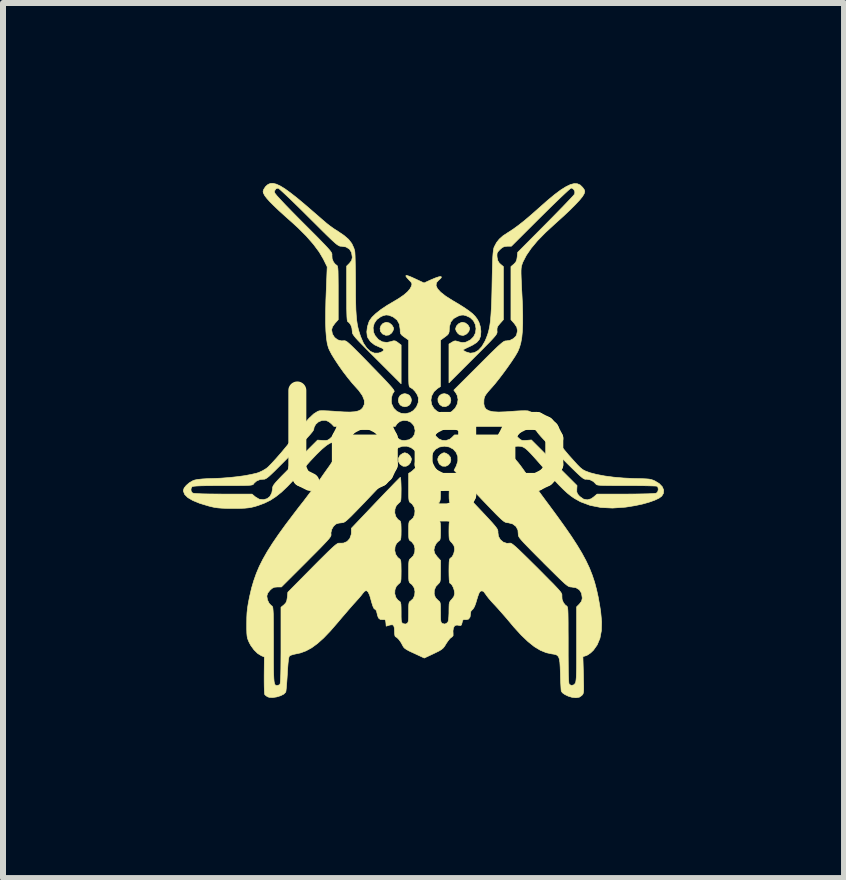
<source format=kicad_pcb>
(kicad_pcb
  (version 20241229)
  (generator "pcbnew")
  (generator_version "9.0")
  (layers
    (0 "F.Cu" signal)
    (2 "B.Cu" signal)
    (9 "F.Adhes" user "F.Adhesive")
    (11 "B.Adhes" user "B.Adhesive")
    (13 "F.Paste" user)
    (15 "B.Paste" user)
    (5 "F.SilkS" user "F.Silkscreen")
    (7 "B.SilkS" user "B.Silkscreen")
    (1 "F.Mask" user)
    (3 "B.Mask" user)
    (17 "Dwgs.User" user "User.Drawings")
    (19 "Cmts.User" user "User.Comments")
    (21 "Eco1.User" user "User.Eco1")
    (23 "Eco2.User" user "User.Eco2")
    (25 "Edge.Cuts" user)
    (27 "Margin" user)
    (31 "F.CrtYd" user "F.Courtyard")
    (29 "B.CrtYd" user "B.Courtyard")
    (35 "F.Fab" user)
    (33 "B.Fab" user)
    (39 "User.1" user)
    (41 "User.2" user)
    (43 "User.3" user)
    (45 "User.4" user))
  (footprint "logo"
    (layer "F.Cu")
    (at 4.009 4.291)
    (property "Reference" "logo" (at 0 0 0) (layer "F.SilkS") (effects (font (size 1.524 1.524) (thickness 0.3))))
    (attr through_hole)
    (fp_poly (pts (xy 0.39 -0.771) (xy 0.422 -0.751) (xy 0.446 -0.711) (xy 0.454 -0.673) (xy 0.441 -0.62) (xy 0.407 -0.583) (xy 0.362 -0.565) (xy 0.312 -0.57) (xy 0.269 -0.599) (xy 0.241 -0.648) (xy 0.238 -0.698) (xy 0.259 -0.742) (xy 0.298 -0.773) (xy 0.344 -0.782) (xy 0.39 -0.771)) (stroke (width 0.01) (type solid)) (fill yes) (layer "F.SilkS"))
    (fp_poly (pts (xy -0.267 -0.771) (xy -0.235 -0.751) (xy -0.211 -0.711) (xy -0.203 -0.673) (xy -0.214 -0.627) (xy -0.235 -0.594) (xy -0.274 -0.571) (xy -0.313 -0.563) (xy -0.359 -0.574) (xy -0.391 -0.594) (xy -0.415 -0.634) (xy -0.422 -0.673) (xy -0.412 -0.718) (xy -0.391 -0.751) (xy -0.352 -0.774) (xy -0.313 -0.782) (xy -0.267 -0.771)) (stroke (width 0.01) (type solid)) (fill yes) (layer "F.SilkS"))
    (fp_poly (pts (xy -0.569 -1.958) (xy -0.528 -1.924) (xy -0.503 -1.881) (xy -0.5 -1.861) (xy -0.51 -1.831) (xy -0.532 -1.794) (xy -0.533 -1.793) (xy -0.577 -1.759) (xy -0.629 -1.753) (xy -0.682 -1.775) (xy -0.689 -1.781) (xy -0.72 -1.822) (xy -0.726 -1.87) (xy -0.71 -1.916) (xy -0.677 -1.952) (xy -0.629 -1.97) (xy -0.617 -1.971) (xy -0.569 -1.958)) (stroke (width 0.01) (type solid)) (fill yes) (layer "F.SilkS"))
    (fp_poly (pts (xy -0.27 0.217) (xy -0.231 0.25) (xy -0.207 0.292) (xy -0.203 0.312) (xy -0.216 0.363) (xy -0.248 0.404) (xy -0.292 0.428) (xy -0.34 0.428) (xy -0.344 0.427) (xy -0.392 0.396) (xy -0.419 0.351) (xy -0.422 0.301) (xy -0.399 0.254) (xy -0.381 0.236) (xy -0.345 0.213) (xy -0.314 0.203) (xy -0.313 0.203) (xy -0.27 0.217)) (stroke (width 0.01) (type solid)) (fill yes) (layer "F.SilkS"))
    (fp_poly (pts (xy 0.375 0.213) (xy 0.411 0.235) (xy 0.412 0.236) (xy 0.446 0.278) (xy 0.454 0.324) (xy 0.441 0.37) (xy 0.412 0.406) (xy 0.369 0.428) (xy 0.318 0.427) (xy 0.302 0.422) (xy 0.261 0.39) (xy 0.238 0.337) (xy 0.235 0.307) (xy 0.248 0.269) (xy 0.28 0.232) (xy 0.321 0.208) (xy 0.344 0.203) (xy 0.375 0.213)) (stroke (width 0.01) (type solid)) (fill yes) (layer "F.SilkS"))
    (fp_poly (pts (xy 0.698 -1.958) (xy 0.739 -1.925) (xy 0.764 -1.881) (xy 0.766 -1.861) (xy 0.752 -1.816) (xy 0.717 -1.777) (xy 0.67 -1.754) (xy 0.649 -1.752) (xy 0.599 -1.762) (xy 0.564 -1.793) (xy 0.542 -1.829) (xy 0.532 -1.86) (xy 0.532 -1.861) (xy 0.546 -1.907) (xy 0.581 -1.945) (xy 0.628 -1.968) (xy 0.649 -1.971) (xy 0.698 -1.958)) (stroke (width 0.01) (type solid)) (fill yes) (layer "F.SilkS"))
    (fp_poly (pts (xy -2.455 -4.273) (xy -2.39 -4.243) (xy -2.313 -4.196) (xy -2.222 -4.13) (xy -2.113 -4.045) (xy -1.986 -3.939) (xy -1.908 -3.872) (xy -1.833 -3.807) (xy -1.76 -3.744) (xy -1.695 -3.687) (xy -1.643 -3.643) (xy -1.618 -3.621) (xy -1.563 -3.578) (xy -1.496 -3.53) (xy -1.43 -3.488) (xy -1.328 -3.419) (xy -1.251 -3.353) (xy -1.197 -3.283) (xy -1.162 -3.206) (xy -1.148 -3.159) (xy -1.145 -3.131) (xy -1.142 -3.075) (xy -1.14 -2.996) (xy -1.138 -2.899) (xy -1.136 -2.787) (xy -1.135 -2.665) (xy -1.134 -2.588) (xy -1.134 -2.427) (xy -1.132 -2.293) (xy -1.129 -2.182) (xy -1.123 -2.089) (xy -1.116 -2.01) (xy -1.106 -1.94) (xy -1.093 -1.876) (xy -1.076 -1.814) (xy -1.055 -1.748) (xy -1.047 -1.726) (xy -1.002 -1.621) (xy -0.947 -1.541) (xy -0.886 -1.485) (xy -0.82 -1.457) (xy -0.751 -1.458) (xy -0.705 -1.474) (xy -0.67 -1.498) (xy -0.666 -1.519) (xy -0.691 -1.539) (xy -0.731 -1.555) (xy -0.818 -1.595) (xy -0.885 -1.648) (xy -0.929 -1.712) (xy -0.939 -1.738) (xy -0.947 -1.811) (xy -0.937 -1.895) (xy -0.911 -1.977) (xy -0.9 -2) (xy -0.861 -2.054) (xy -0.797 -2.116) (xy -0.712 -2.183) (xy -0.609 -2.252) (xy -0.531 -2.298) (xy -0.418 -2.365) (xy -0.332 -2.424) (xy -0.269 -2.478) (xy -0.227 -2.528) (xy -0.208 -2.563) (xy -0.196 -2.596) (xy -0.197 -2.619) (xy -0.213 -2.644) (xy -0.241 -2.673) (xy -0.28 -2.716) (xy -0.297 -2.742) (xy -0.291 -2.752) (xy -0.262 -2.746) (xy -0.207 -2.725) (xy -0.128 -2.689) (xy 0.007 -2.626) (xy 0.109 -2.673) (xy 0.194 -2.709) (xy 0.254 -2.729) (xy 0.288 -2.733) (xy 0.297 -2.724) (xy 0.286 -2.704) (xy 0.257 -2.677) (xy 0.25 -2.672) (xy 0.214 -2.631) (xy 0.207 -2.584) (xy 0.23 -2.531) (xy 0.284 -2.472) (xy 0.368 -2.406) (xy 0.477 -2.337) (xy 0.595 -2.267) (xy 0.688 -2.208) (xy 0.761 -2.157) (xy 0.817 -2.112) (xy 0.859 -2.069) (xy 0.892 -2.025) (xy 0.918 -1.978) (xy 0.924 -1.964) (xy 0.943 -1.903) (xy 0.953 -1.832) (xy 0.954 -1.814) (xy 0.948 -1.74) (xy 0.926 -1.682) (xy 0.885 -1.635) (xy 0.82 -1.593) (xy 0.774 -1.57) (xy 0.72 -1.545) (xy 0.679 -1.524) (xy 0.658 -1.511) (xy 0.657 -1.509) (xy 0.669 -1.498) (xy 0.7 -1.48) (xy 0.706 -1.477) (xy 0.776 -1.456) (xy 0.846 -1.465) (xy 0.911 -1.503) (xy 0.971 -1.567) (xy 1.023 -1.657) (xy 1.025 -1.661) (xy 1.05 -1.721) (xy 1.071 -1.78) (xy 1.088 -1.842) (xy 1.102 -1.911) (xy 1.113 -1.991) (xy 1.121 -2.085) (xy 1.128 -2.197) (xy 1.134 -2.33) (xy 1.138 -2.489) (xy 1.14 -2.604) (xy 1.143 -2.755) (xy 1.146 -2.879) (xy 1.149 -2.977) (xy 1.152 -3.054) (xy 1.156 -3.113) (xy 1.161 -3.157) (xy 1.166 -3.19) (xy 1.172 -3.214) (xy 1.178 -3.229) (xy 1.215 -3.299) (xy 1.261 -3.357) (xy 1.323 -3.412) (xy 1.408 -3.468) (xy 1.412 -3.47) (xy 1.493 -3.523) (xy 1.582 -3.588) (xy 1.681 -3.666) (xy 1.794 -3.762) (xy 1.924 -3.877) (xy 2.062 -3.999) (xy 2.181 -4.098) (xy 2.284 -4.175) (xy 2.372 -4.23) (xy 2.446 -4.266) (xy 2.509 -4.282) (xy 2.562 -4.279) (xy 2.608 -4.259) (xy 2.647 -4.221) (xy 2.653 -4.214) (xy 2.678 -4.178) (xy 2.685 -4.152) (xy 2.678 -4.121) (xy 2.673 -4.11) (xy 2.647 -4.066) (xy 2.598 -4.006) (xy 2.527 -3.93) (xy 2.438 -3.841) (xy 2.331 -3.74) (xy 2.209 -3.63) (xy 2.19 -3.613) (xy 2.03 -3.466) (xy 1.897 -3.33) (xy 1.792 -3.204) (xy 1.711 -3.086) (xy 1.654 -2.975) (xy 1.644 -2.949) (xy 1.636 -2.924) (xy 1.629 -2.898) (xy 1.625 -2.869) (xy 1.623 -2.832) (xy 1.623 -2.782) (xy 1.625 -2.716) (xy 1.629 -2.628) (xy 1.634 -2.515) (xy 1.637 -2.463) (xy 1.647 -2.265) (xy 1.651 -2.095) (xy 1.651 -1.95) (xy 1.646 -1.826) (xy 1.636 -1.721) (xy 1.62 -1.632) (xy 1.599 -1.556) (xy 1.572 -1.489) (xy 1.562 -1.47) (xy 1.524 -1.405) (xy 1.47 -1.323) (xy 1.405 -1.23) (xy 1.334 -1.132) (xy 1.262 -1.037) (xy 1.193 -0.95) (xy 1.132 -0.879) (xy 1.125 -0.872) (xy 1.073 -0.813) (xy 1.039 -0.769) (xy 1.018 -0.734) (xy 1.008 -0.701) (xy 1.005 -0.68) (xy 1.003 -0.613) (xy 1.014 -0.561) (xy 1.042 -0.522) (xy 1.089 -0.496) (xy 1.157 -0.48) (xy 1.249 -0.475) (xy 1.367 -0.479) (xy 1.46 -0.486) (xy 1.545 -0.492) (xy 1.624 -0.496) (xy 1.69 -0.497) (xy 1.733 -0.495) (xy 1.741 -0.494) (xy 1.798 -0.471) (xy 1.866 -0.419) (xy 1.946 -0.341) (xy 2.035 -0.237) (xy 2.11 -0.141) (xy 2.26 0.054) (xy 2.415 0.24) (xy 2.56 0.401) (xy 2.61 0.451) (xy 2.653 0.485) (xy 2.699 0.509) (xy 2.762 0.532) (xy 2.776 0.537) (xy 2.885 0.565) (xy 3.017 0.59) (xy 3.167 0.61) (xy 3.328 0.624) (xy 3.494 0.632) (xy 3.543 0.633) (xy 3.636 0.635) (xy 3.705 0.638) (xy 3.756 0.642) (xy 3.794 0.65) (xy 3.827 0.661) (xy 3.852 0.672) (xy 3.926 0.717) (xy 3.976 0.769) (xy 4 0.825) (xy 3.996 0.879) (xy 3.968 0.926) (xy 3.922 0.96) (xy 3.85 0.994) (xy 3.757 1.027) (xy 3.647 1.058) (xy 3.525 1.084) (xy 3.396 1.105) (xy 3.363 1.11) (xy 3.148 1.125) (xy 2.952 1.115) (xy 2.774 1.08) (xy 2.613 1.02) (xy 2.513 0.964) (xy 2.455 0.924) (xy 2.394 0.875) (xy 2.329 0.815) (xy 2.255 0.741) (xy 2.17 0.65) (xy 2.07 0.539) (xy 2.009 0.468) (xy 1.918 0.364) (xy 1.845 0.282) (xy 1.787 0.218) (xy 1.74 0.17) (xy 1.703 0.137) (xy 1.671 0.115) (xy 1.642 0.102) (xy 1.614 0.096) (xy 1.583 0.094) (xy 1.566 0.094) (xy 1.506 0.098) (xy 1.46 0.109) (xy 1.446 0.116) (xy 1.428 0.132) (xy 1.425 0.149) (xy 1.436 0.179) (xy 1.443 0.195) (xy 1.469 0.238) (xy 1.508 0.29) (xy 1.538 0.325) (xy 1.579 0.373) (xy 1.627 0.436) (xy 1.675 0.503) (xy 1.689 0.524) (xy 1.719 0.568) (xy 1.765 0.632) (xy 1.824 0.714) (xy 1.892 0.807) (xy 1.966 0.909) (xy 2.044 1.015) (xy 2.081 1.064) (xy 2.226 1.261) (xy 2.353 1.438) (xy 2.463 1.597) (xy 2.557 1.742) (xy 2.637 1.875) (xy 2.705 2.001) (xy 2.762 2.121) (xy 2.809 2.24) (xy 2.849 2.36) (xy 2.882 2.485) (xy 2.911 2.617) (xy 2.936 2.76) (xy 2.95 2.85) (xy 2.966 3.02) (xy 2.962 3.168) (xy 2.938 3.295) (xy 2.892 3.405) (xy 2.83 3.493) (xy 2.783 3.538) (xy 2.734 3.572) (xy 2.711 3.583) (xy 2.654 3.601) (xy 2.663 3.907) (xy 2.665 4.012) (xy 2.667 4.09) (xy 2.667 4.146) (xy 2.665 4.184) (xy 2.66 4.21) (xy 2.653 4.227) (xy 2.643 4.24) (xy 2.634 4.249) (xy 2.595 4.276) (xy 2.542 4.285) (xy 2.531 4.285) (xy 2.471 4.278) (xy 2.409 4.259) (xy 2.353 4.232) (xy 2.311 4.202) (xy 2.293 4.173) (xy 2.29 4.146) (xy 2.287 4.093) (xy 2.283 4.021) (xy 2.28 3.937) (xy 2.279 3.881) (xy 2.275 3.775) (xy 2.27 3.696) (xy 2.261 3.64) (xy 2.247 3.602) (xy 2.225 3.578) (xy 2.195 3.565) (xy 2.154 3.557) (xy 2.141 3.556) (xy 2.043 3.535) (xy 1.945 3.495) (xy 1.844 3.434) (xy 1.738 3.349) (xy 1.625 3.241) (xy 1.502 3.106) (xy 1.442 3.034) (xy 1.378 2.958) (xy 1.308 2.878) (xy 1.242 2.803) (xy 1.187 2.743) (xy 1.181 2.737) (xy 1.129 2.681) (xy 1.081 2.625) (xy 1.046 2.579) (xy 1.033 2.56) (xy 1.003 2.52) (xy 0.976 2.505) (xy 0.965 2.506) (xy 0.948 2.511) (xy 0.934 2.524) (xy 0.92 2.551) (xy 0.904 2.595) (xy 0.883 2.662) (xy 0.869 2.71) (xy 0.848 2.767) (xy 0.824 2.806) (xy 0.813 2.816) (xy 0.787 2.846) (xy 0.782 2.879) (xy 0.774 2.94) (xy 0.749 2.975) (xy 0.707 2.985) (xy 0.699 2.984) (xy 0.665 2.984) (xy 0.649 2.998) (xy 0.641 3.034) (xy 0.641 3.034) (xy 0.63 3.073) (xy 0.613 3.083) (xy 0.609 3.083) (xy 0.554 3.074) (xy 0.518 3.085) (xy 0.498 3.119) (xy 0.497 3.12) (xy 0.489 3.172) (xy 0.491 3.215) (xy 0.491 3.252) (xy 0.472 3.273) (xy 0.464 3.278) (xy 0.439 3.298) (xy 0.407 3.338) (xy 0.375 3.385) (xy 0.35 3.427) (xy 0.326 3.457) (xy 0.297 3.482) (xy 0.256 3.507) (xy 0.197 3.536) (xy 0.166 3.551) (xy 0.011 3.624) (xy -0.157 3.546) (xy -0.231 3.512) (xy -0.281 3.485) (xy -0.314 3.463) (xy -0.335 3.441) (xy -0.35 3.415) (xy -0.352 3.41) (xy -0.378 3.363) (xy -0.41 3.318) (xy -0.443 3.284) (xy -0.468 3.269) (xy -0.47 3.269) (xy -0.478 3.255) (xy -0.484 3.218) (xy -0.485 3.187) (xy -0.488 3.122) (xy -0.499 3.085) (xy -0.52 3.069) (xy -0.556 3.073) (xy -0.569 3.076) (xy -0.624 3.093) (xy -0.629 3.036) (xy -0.634 2.999) (xy -0.647 2.984) (xy -0.676 2.984) (xy -0.678 2.984) (xy -0.723 2.981) (xy -0.753 2.956) (xy -0.771 2.906) (xy -0.775 2.884) (xy -0.786 2.841) (xy -0.8 2.817) (xy -0.805 2.815) (xy -0.826 2.801) (xy -0.847 2.757) (xy -0.87 2.683) (xy -0.876 2.659) (xy -0.9 2.576) (xy -0.925 2.524) (xy -0.951 2.501) (xy -0.98 2.508) (xy -1.012 2.544) (xy -1.035 2.574) (xy -1.073 2.62) (xy -1.119 2.671) (xy -1.135 2.689) (xy -1.176 2.734) (xy -1.232 2.798) (xy -1.297 2.874) (xy -1.367 2.955) (xy -1.43 3.03) (xy -1.554 3.173) (xy -1.666 3.29) (xy -1.77 3.383) (xy -1.867 3.454) (xy -1.961 3.505) (xy -2.053 3.539) (xy -2.115 3.552) (xy -2.17 3.564) (xy -2.214 3.578) (xy -2.235 3.589) (xy -2.244 3.608) (xy -2.252 3.648) (xy -2.259 3.712) (xy -2.266 3.802) (xy -2.271 3.889) (xy -2.277 3.981) (xy -2.283 4.062) (xy -2.289 4.129) (xy -2.294 4.174) (xy -2.298 4.192) (xy -2.33 4.225) (xy -2.383 4.252) (xy -2.448 4.272) (xy -2.515 4.282) (xy -2.573 4.279) (xy -2.604 4.268) (xy -2.634 4.246) (xy -2.648 4.232) (xy -2.651 4.212) (xy -2.654 4.165) (xy -2.656 4.098) (xy -2.657 4.014) (xy -2.657 3.92) (xy -2.657 3.911) (xy -2.654 3.606) (xy -2.703 3.586) (xy -2.765 3.548) (xy -2.827 3.487) (xy -2.882 3.411) (xy -2.907 3.364) (xy -2.923 3.328) (xy -2.935 3.294) (xy -2.942 3.258) (xy -2.946 3.211) (xy -2.948 3.146) (xy -2.948 3.058) (xy -2.948 3.05) (xy -2.947 2.951) (xy -2.943 2.869) (xy -2.935 2.793) (xy -2.922 2.712) (xy -2.903 2.614) (xy -2.899 2.596) (xy -2.612 2.596) (xy -2.602 2.655) (xy -2.576 2.71) (xy -2.54 2.749) (xy -2.534 2.753) (xy -2.526 2.758) (xy -2.52 2.766) (xy -2.514 2.78) (xy -2.511 2.802) (xy -2.508 2.837) (xy -2.505 2.886) (xy -2.504 2.952) (xy -2.503 3.039) (xy -2.503 3.149) (xy -2.502 3.285) (xy -2.502 3.407) (xy -2.502 3.57) (xy -2.502 3.704) (xy -2.501 3.813) (xy -2.499 3.898) (xy -2.496 3.963) (xy -2.492 4.011) (xy -2.486 4.044) (xy -2.478 4.065) (xy -2.468 4.076) (xy -2.456 4.081) (xy -2.441 4.082) (xy -2.44 4.082) (xy -2.407 4.072) (xy -2.396 4.063) (xy -2.391 4.05) (xy -2.387 4.018) (xy -2.384 3.967) (xy -2.381 3.895) (xy -2.379 3.798) (xy -2.378 3.676) (xy -2.377 3.525) (xy -2.377 3.412) (xy -2.377 2.778) (xy -2.328 2.738) (xy -2.298 2.707) (xy -2.281 2.671) (xy -2.272 2.618) (xy -2.271 2.612) (xy -2.263 2.528) (xy -1.855 2.115) (xy -1.747 2.006) (xy -1.658 1.918) (xy -1.587 1.848) (xy -1.531 1.795) (xy -1.489 1.757) (xy -1.457 1.731) (xy -1.434 1.716) (xy -1.418 1.71) (xy -1.41 1.71) (xy -1.337 1.709) (xy -1.276 1.683) (xy -1.231 1.634) (xy -1.207 1.567) (xy -1.204 1.535) (xy -1.204 1.462) (xy -0.803 1.04) (xy -0.711 0.944) (xy -0.627 0.856) (xy -0.551 0.778) (xy -0.487 0.711) (xy -0.437 0.66) (xy -0.403 0.626) (xy -0.389 0.613) (xy -0.388 0.613) (xy -0.384 0.625) (xy -0.38 0.664) (xy -0.377 0.722) (xy -0.375 0.795) (xy -0.375 0.812) (xy -0.376 0.895) (xy -0.377 0.953) (xy -0.38 0.991) (xy -0.387 1.014) (xy -0.397 1.028) (xy -0.412 1.04) (xy -0.412 1.04) (xy -0.455 1.084) (xy -0.478 1.143) (xy -0.481 1.206) (xy -0.464 1.266) (xy -0.429 1.314) (xy -0.406 1.33) (xy -0.392 1.34) (xy -0.383 1.358) (xy -0.378 1.389) (xy -0.376 1.441) (xy -0.375 1.501) (xy -0.376 1.573) (xy -0.379 1.62) (xy -0.384 1.649) (xy -0.394 1.665) (xy -0.406 1.673) (xy -0.451 1.713) (xy -0.476 1.769) (xy -0.481 1.832) (xy -0.467 1.894) (xy -0.433 1.946) (xy -0.412 1.963) (xy -0.397 1.975) (xy -0.386 1.99) (xy -0.38 2.014) (xy -0.377 2.054) (xy -0.376 2.115) (xy -0.375 2.174) (xy -0.376 2.253) (xy -0.377 2.307) (xy -0.381 2.342) (xy -0.389 2.363) (xy -0.4 2.377) (xy -0.412 2.385) (xy -0.455 2.429) (xy -0.478 2.488) (xy -0.481 2.551) (xy -0.464 2.612) (xy -0.429 2.659) (xy -0.406 2.675) (xy -0.393 2.685) (xy -0.384 2.702) (xy -0.378 2.731) (xy -0.376 2.779) (xy -0.375 2.851) (xy -0.375 2.862) (xy -0.375 2.938) (xy -0.373 2.989) (xy -0.368 3.02) (xy -0.359 3.038) (xy -0.346 3.049) (xy -0.344 3.05) (xy -0.304 3.058) (xy -0.282 3.05) (xy -0.268 3.04) (xy -0.259 3.023) (xy -0.253 2.994) (xy -0.251 2.946) (xy -0.25 2.874) (xy -0.25 2.862) (xy -0.25 2.786) (xy -0.248 2.736) (xy -0.243 2.704) (xy -0.234 2.686) (xy -0.221 2.676) (xy -0.219 2.675) (xy -0.175 2.635) (xy -0.15 2.579) (xy -0.144 2.516) (xy -0.158 2.454) (xy -0.192 2.402) (xy -0.214 2.385) (xy -0.229 2.373) (xy -0.239 2.358) (xy -0.246 2.334) (xy -0.249 2.294) (xy -0.25 2.233) (xy -0.25 2.174) (xy -0.25 2.095) (xy -0.248 2.041) (xy -0.244 2.006) (xy -0.237 1.985) (xy -0.225 1.971) (xy -0.214 1.963) (xy -0.171 1.919) (xy -0.148 1.86) (xy -0.145 1.797) (xy -0.161 1.736) (xy -0.197 1.689) (xy -0.219 1.673) (xy -0.233 1.663) (xy -0.243 1.645) (xy -0.248 1.614) (xy -0.25 1.562) (xy -0.25 1.501) (xy -0.25 1.43) (xy -0.247 1.382) (xy -0.241 1.354) (xy -0.231 1.338) (xy -0.219 1.33) (xy -0.175 1.29) (xy -0.15 1.234) (xy -0.144 1.171) (xy -0.158 1.109) (xy -0.192 1.057) (xy -0.214 1.04) (xy -0.228 1.03) (xy -0.238 1.016) (xy -0.244 0.995) (xy -0.248 0.961) (xy -0.25 0.909) (xy -0.25 0.833) (xy -0.25 0.782) (xy -0.25 0.548) (xy -0.197 0.513) (xy -0.132 0.454) (xy -0.095 0.384) (xy -0.088 0.325) (xy 0.123 0.325) (xy 0.134 0.399) (xy 0.172 0.46) (xy 0.231 0.508) (xy 0.28 0.54) (xy 0.281 0.777) (xy 0.281 0.869) (xy 0.28 0.935) (xy 0.277 0.98) (xy 0.271 1.008) (xy 0.264 1.025) (xy 0.253 1.035) (xy 0.204 1.087) (xy 0.178 1.149) (xy 0.176 1.213) (xy 0.197 1.273) (xy 0.243 1.32) (xy 0.245 1.322) (xy 0.262 1.335) (xy 0.272 1.352) (xy 0.278 1.38) (xy 0.281 1.425) (xy 0.282 1.494) (xy 0.282 1.501) (xy 0.281 1.573) (xy 0.278 1.62) (xy 0.273 1.649) (xy 0.263 1.665) (xy 0.25 1.673) (xy 0.214 1.708) (xy 0.186 1.761) (xy 0.172 1.819) (xy 0.172 1.829) (xy 0.185 1.88) (xy 0.226 1.937) (xy 0.227 1.937) (xy 0.282 1.998) (xy 0.282 2.179) (xy 0.281 2.259) (xy 0.279 2.313) (xy 0.274 2.347) (xy 0.265 2.368) (xy 0.253 2.38) (xy 0.204 2.432) (xy 0.178 2.494) (xy 0.176 2.558) (xy 0.197 2.618) (xy 0.243 2.665) (xy 0.245 2.667) (xy 0.261 2.679) (xy 0.272 2.695) (xy 0.278 2.721) (xy 0.281 2.763) (xy 0.281 2.828) (xy 0.282 2.862) (xy 0.282 2.938) (xy 0.284 2.989) (xy 0.289 3.02) (xy 0.298 3.038) (xy 0.311 3.049) (xy 0.312 3.049) (xy 0.355 3.058) (xy 0.393 3.037) (xy 0.407 3.018) (xy 0.414 2.99) (xy 0.419 2.94) (xy 0.422 2.876) (xy 0.422 2.841) (xy 0.423 2.771) (xy 0.425 2.725) (xy 0.432 2.695) (xy 0.445 2.672) (xy 0.465 2.65) (xy 0.469 2.646) (xy 0.503 2.602) (xy 0.516 2.554) (xy 0.516 2.539) (xy 0.509 2.493) (xy 0.493 2.445) (xy 0.47 2.404) (xy 0.447 2.38) (xy 0.438 2.377) (xy 0.431 2.362) (xy 0.426 2.318) (xy 0.423 2.249) (xy 0.422 2.174) (xy 0.423 2.088) (xy 0.425 2.029) (xy 0.429 1.991) (xy 0.436 1.97) (xy 0.446 1.961) (xy 0.446 1.96) (xy 0.476 1.935) (xy 0.5 1.889) (xy 0.514 1.832) (xy 0.516 1.806) (xy 0.507 1.755) (xy 0.477 1.71) (xy 0.469 1.702) (xy 0.448 1.68) (xy 0.434 1.658) (xy 0.426 1.63) (xy 0.423 1.588) (xy 0.422 1.524) (xy 0.422 1.501) (xy 0.423 1.43) (xy 0.425 1.383) (xy 0.431 1.352) (xy 0.443 1.329) (xy 0.462 1.308) (xy 0.469 1.301) (xy 0.504 1.255) (xy 0.516 1.206) (xy 0.516 1.197) (xy 0.508 1.138) (xy 0.486 1.082) (xy 0.455 1.043) (xy 0.445 1.036) (xy 0.435 1.026) (xy 0.429 1.005) (xy 0.425 0.968) (xy 0.424 0.91) (xy 0.426 0.826) (xy 0.426 0.817) (xy 0.43 0.612) (xy 0.836 1.041) (xy 0.94 1.151) (xy 1.025 1.241) (xy 1.092 1.313) (xy 1.144 1.37) (xy 1.182 1.414) (xy 1.208 1.447) (xy 1.225 1.472) (xy 1.234 1.492) (xy 1.238 1.508) (xy 1.239 1.524) (xy 1.238 1.529) (xy 1.247 1.596) (xy 1.279 1.652) (xy 1.328 1.693) (xy 1.387 1.713) (xy 1.44 1.709) (xy 1.452 1.71) (xy 1.471 1.72) (xy 1.498 1.74) (xy 1.536 1.772) (xy 1.586 1.818) (xy 1.651 1.881) (xy 1.733 1.961) (xy 1.833 2.06) (xy 1.893 2.119) (xy 2 2.227) (xy 2.087 2.315) (xy 2.157 2.385) (xy 2.21 2.441) (xy 2.249 2.483) (xy 2.276 2.515) (xy 2.293 2.539) (xy 2.302 2.558) (xy 2.305 2.572) (xy 2.304 2.586) (xy 2.304 2.588) (xy 2.307 2.645) (xy 2.329 2.701) (xy 2.364 2.744) (xy 2.378 2.753) (xy 2.385 2.758) (xy 2.392 2.766) (xy 2.397 2.78) (xy 2.401 2.802) (xy 2.404 2.837) (xy 2.406 2.886) (xy 2.407 2.952) (xy 2.408 3.039) (xy 2.408 3.149) (xy 2.409 3.285) (xy 2.409 3.407) (xy 2.409 3.577) (xy 2.41 3.718) (xy 2.411 3.832) (xy 2.413 3.921) (xy 2.416 3.986) (xy 2.419 4.03) (xy 2.424 4.056) (xy 2.427 4.063) (xy 2.463 4.081) (xy 2.502 4.071) (xy 2.525 4.047) (xy 2.531 4.035) (xy 2.536 4.016) (xy 2.54 3.986) (xy 2.544 3.944) (xy 2.546 3.886) (xy 2.548 3.809) (xy 2.549 3.711) (xy 2.549 3.588) (xy 2.549 3.437) (xy 2.549 3.392) (xy 2.549 2.771) (xy 2.596 2.724) (xy 2.632 2.677) (xy 2.643 2.628) (xy 2.643 2.622) (xy 2.631 2.544) (xy 2.595 2.487) (xy 2.538 2.452) (xy 2.46 2.44) (xy 2.444 2.439) (xy 2.427 2.435) (xy 2.408 2.426) (xy 2.384 2.409) (xy 2.353 2.384) (xy 2.312 2.346) (xy 2.258 2.295) (xy 2.191 2.229) (xy 2.106 2.145) (xy 2.001 2.041) (xy 1.986 2.025) (xy 1.879 1.918) (xy 1.792 1.83) (xy 1.724 1.76) (xy 1.671 1.705) (xy 1.632 1.662) (xy 1.605 1.63) (xy 1.589 1.606) (xy 1.58 1.588) (xy 1.577 1.573) (xy 1.577 1.563) (xy 1.571 1.49) (xy 1.539 1.431) (xy 1.485 1.39) (xy 1.411 1.37) (xy 1.402 1.37) (xy 1.386 1.368) (xy 1.369 1.364) (xy 1.35 1.355) (xy 1.328 1.34) (xy 1.298 1.315) (xy 1.26 1.279) (xy 1.21 1.23) (xy 1.147 1.165) (xy 1.068 1.083) (xy 0.971 0.982) (xy 0.923 0.931) (xy 0.507 0.495) (xy 0.544 0.424) (xy 0.57 0.343) (xy 0.569 0.266) (xy 0.542 0.198) (xy 0.494 0.143) (xy 0.426 0.107) (xy 0.346 0.094) (xy 0.263 0.108) (xy 0.197 0.146) (xy 0.15 0.207) (xy 0.125 0.285) (xy 0.123 0.325) (xy -0.088 0.325) (xy -0.087 0.307) (xy -0.107 0.228) (xy -0.152 0.161) (xy -0.211 0.117) (xy -0.28 0.094) (xy -0.351 0.095) (xy -0.42 0.118) (xy -0.478 0.164) (xy -0.517 0.223) (xy -0.54 0.284) (xy -0.544 0.334) (xy -0.529 0.386) (xy -0.51 0.425) (xy -0.474 0.494) (xy -0.89 0.931) (xy -0.996 1.043) (xy -1.083 1.133) (xy -1.153 1.205) (xy -1.208 1.261) (xy -1.251 1.302) (xy -1.284 1.332) (xy -1.309 1.351) (xy -1.328 1.362) (xy -1.345 1.368) (xy -1.361 1.369) (xy -1.364 1.37) (xy -1.415 1.376) (xy -1.459 1.39) (xy -1.461 1.391) (xy -1.501 1.427) (xy -1.531 1.48) (xy -1.545 1.537) (xy -1.543 1.563) (xy -1.543 1.576) (xy -1.547 1.591) (xy -1.559 1.611) (xy -1.579 1.638) (xy -1.611 1.674) (xy -1.656 1.722) (xy -1.716 1.785) (xy -1.793 1.863) (xy -1.889 1.959) (xy -1.952 2.023) (xy -2.37 2.44) (xy -2.438 2.44) (xy -2.486 2.444) (xy -2.524 2.462) (xy -2.559 2.493) (xy -2.598 2.542) (xy -2.612 2.588) (xy -2.612 2.596) (xy -2.899 2.596) (xy -2.897 2.587) (xy -2.867 2.458) (xy -2.831 2.336) (xy -2.789 2.217) (xy -2.739 2.098) (xy -2.678 1.977) (xy -2.606 1.85) (xy -2.52 1.714) (xy -2.419 1.566) (xy -2.302 1.404) (xy -2.165 1.223) (xy -2.078 1.109) (xy -2 1.01) (xy -1.926 0.912) (xy -1.857 0.821) (xy -1.796 0.741) (xy -1.748 0.676) (xy -1.716 0.631) (xy -1.713 0.627) (xy -1.666 0.559) (xy -1.615 0.487) (xy -1.57 0.424) (xy -1.566 0.418) (xy -1.513 0.339) (xy -1.479 0.274) (xy -1.46 0.215) (xy -1.455 0.154) (xy -1.455 0.15) (xy -1.462 0.093) (xy -1.483 0.051) (xy -1.513 0.032) (xy -1.519 0.031) (xy -1.562 0.044) (xy -1.621 0.082) (xy -1.696 0.145) (xy -1.785 0.231) (xy -1.889 0.341) (xy -2.005 0.472) (xy -2.041 0.514) (xy -2.162 0.652) (xy -2.27 0.766) (xy -2.369 0.86) (xy -2.463 0.935) (xy -2.555 0.995) (xy -2.651 1.042) (xy -2.752 1.08) (xy -2.813 1.099) (xy -2.867 1.112) (xy -2.92 1.121) (xy -2.98 1.127) (xy -3.055 1.13) (xy -3.152 1.131) (xy -3.183 1.131) (xy -3.284 1.13) (xy -3.363 1.127) (xy -3.427 1.122) (xy -3.484 1.114) (xy -3.543 1.101) (xy -3.585 1.09) (xy -3.731 1.046) (xy -3.846 0.999) (xy -3.93 0.95) (xy -3.982 0.898) (xy -4.003 0.843) (xy -4.004 0.833) (xy -3.995 0.805) (xy -3.877 0.805) (xy -3.874 0.844) (xy -3.851 0.874) (xy -3.849 0.875) (xy -3.823 0.88) (xy -3.769 0.884) (xy -3.687 0.888) (xy -3.579 0.89) (xy -3.448 0.891) (xy -3.338 0.892) (xy -2.859 0.892) (xy -2.805 0.938) (xy -2.74 0.977) (xy -2.669 0.985) (xy -2.607 0.968) (xy -2.562 0.932) (xy -2.531 0.875) (xy -2.518 0.807) (xy -2.518 0.803) (xy -2.517 0.786) (xy -2.513 0.769) (xy -2.504 0.749) (xy -2.487 0.725) (xy -2.46 0.692) (xy -2.421 0.65) (xy -2.369 0.595) (xy -2.299 0.525) (xy -2.212 0.436) (xy -2.143 0.367) (xy -1.767 -0.008) (xy -1.681 -0.002) (xy -1.629 -0.001) (xy -1.596 -0.008) (xy -1.567 -0.027) (xy -1.547 -0.045) (xy -1.499 -0.094) (xy -0.482 -0.094) (xy -0.436 -0.047) (xy -0.398 -0.016) (xy -0.359 -0.003) (xy -0.316 -0.000497) (xy -0.242 -0.014) (xy -0.187 -0.05) (xy -0.152 -0.102) (xy -0.144 -0.149) (xy 0.176 -0.149) (xy 0.178 -0.136) (xy 0.204 -0.074) (xy 0.25 -0.029) (xy 0.308 -0.004) (xy 0.371 -0.000261) (xy 0.433 -0.021) (xy 0.467 -0.047) (xy 0.514 -0.094) (xy 1.53 -0.094) (xy 1.579 -0.045) (xy 1.611 -0.017) (xy 1.639 -0.003) (xy 1.678 -0.001) (xy 1.712 -0.003) (xy 1.796 -0.01) (xy 2.176 0.37) (xy 2.556 0.75) (xy 2.552 0.813) (xy 2.552 0.856) (xy 2.565 0.89) (xy 2.597 0.927) (xy 2.601 0.931) (xy 2.663 0.975) (xy 2.727 0.988) (xy 2.792 0.97) (xy 2.836 0.938) (xy 2.89 0.892) (xy 3.37 0.892) (xy 3.517 0.891) (xy 3.642 0.889) (xy 3.742 0.887) (xy 3.817 0.883) (xy 3.864 0.879) (xy 3.88 0.875) (xy 3.902 0.85) (xy 3.91 0.813) (xy 3.904 0.778) (xy 3.885 0.76) (xy 3.864 0.758) (xy 3.815 0.756) (xy 3.744 0.754) (xy 3.653 0.752) (xy 3.546 0.751) (xy 3.429 0.751) (xy 3.373 0.751) (xy 3.237 0.751) (xy 3.128 0.75) (xy 3.044 0.749) (xy 2.981 0.748) (xy 2.936 0.745) (xy 2.906 0.742) (xy 2.887 0.737) (xy 2.875 0.731) (xy 2.868 0.722) (xy 2.866 0.72) (xy 2.828 0.682) (xy 2.773 0.654) (xy 2.718 0.644) (xy 2.705 0.645) (xy 2.691 0.645) (xy 2.675 0.639) (xy 2.654 0.627) (xy 2.626 0.605) (xy 2.588 0.571) (xy 2.538 0.524) (xy 2.473 0.461) (xy 2.392 0.381) (xy 2.292 0.28) (xy 2.271 0.259) (xy 2.164 0.151) (xy 2.078 0.063) (xy 2.009 -0.009) (xy 1.957 -0.065) (xy 1.918 -0.11) (xy 1.892 -0.144) (xy 1.875 -0.171) (xy 1.865 -0.192) (xy 1.864 -0.196) (xy 1.831 -0.266) (xy 1.783 -0.314) (xy 1.724 -0.337) (xy 1.661 -0.335) (xy 1.598 -0.304) (xy 1.576 -0.285) (xy 1.523 -0.235) (xy 0.513 -0.235) (xy 0.482 -0.273) (xy 0.431 -0.318) (xy 0.372 -0.337) (xy 0.311 -0.333) (xy 0.255 -0.31) (xy 0.21 -0.27) (xy 0.182 -0.215) (xy 0.176 -0.149) (xy -0.144 -0.149) (xy -0.141 -0.165) (xy -0.157 -0.234) (xy -0.171 -0.26) (xy -0.215 -0.306) (xy -0.272 -0.331) (xy -0.335 -0.336) (xy -0.395 -0.319) (xy -0.442 -0.281) (xy -0.448 -0.272) (xy -0.473 -0.235) (xy -1.494 -0.235) (xy -1.538 -0.281) (xy -1.58 -0.314) (xy -1.626 -0.335) (xy -1.633 -0.337) (xy -1.695 -0.335) (xy -1.753 -0.311) (xy -1.799 -0.27) (xy -1.826 -0.218) (xy -1.83 -0.19) (xy -1.836 -0.173) (xy -1.854 -0.146) (xy -1.886 -0.107) (xy -1.934 -0.053) (xy -1.999 0.017) (xy -2.083 0.104) (xy -2.188 0.211) (xy -2.225 0.249) (xy -2.329 0.354) (xy -2.414 0.439) (xy -2.481 0.506) (xy -2.534 0.557) (xy -2.574 0.594) (xy -2.605 0.619) (xy -2.628 0.634) (xy -2.646 0.642) (xy -2.66 0.645) (xy -2.669 0.644) (xy -2.726 0.65) (xy -2.782 0.673) (xy -2.823 0.708) (xy -2.831 0.72) (xy -2.837 0.728) (xy -2.846 0.735) (xy -2.862 0.74) (xy -2.888 0.744) (xy -2.927 0.747) (xy -2.983 0.749) (xy -3.058 0.75) (xy -3.157 0.751) (xy -3.283 0.751) (xy -3.344 0.751) (xy -3.495 0.751) (xy -3.616 0.752) (xy -3.71 0.754) (xy -3.779 0.757) (xy -3.826 0.761) (xy -3.853 0.766) (xy -3.86 0.77) (xy -3.877 0.805) (xy -3.995 0.805) (xy -3.991 0.792) (xy -3.955 0.747) (xy -3.905 0.704) (xy -3.847 0.67) (xy -3.815 0.658) (xy -3.766 0.648) (xy -3.689 0.64) (xy -3.591 0.634) (xy -3.511 0.632) (xy -3.382 0.627) (xy -3.248 0.617) (xy -3.114 0.603) (xy -2.987 0.586) (xy -2.875 0.565) (xy -2.784 0.544) (xy -2.744 0.531) (xy -2.682 0.502) (xy -2.621 0.465) (xy -2.591 0.44) (xy -2.531 0.379) (xy -2.457 0.298) (xy -2.373 0.202) (xy -2.285 0.096) (xy -2.197 -0.015) (xy -2.112 -0.126) (xy -2.097 -0.145) (xy -1.997 -0.274) (xy -1.908 -0.373) (xy -1.832 -0.444) (xy -1.767 -0.485) (xy -1.74 -0.495) (xy -1.711 -0.497) (xy -1.657 -0.497) (xy -1.585 -0.494) (xy -1.501 -0.489) (xy -1.454 -0.485) (xy -1.326 -0.477) (xy -1.226 -0.475) (xy -1.149 -0.48) (xy -1.091 -0.493) (xy -1.048 -0.513) (xy -1.017 -0.543) (xy -1.017 -0.543) (xy -0.988 -0.603) (xy -0.989 -0.672) (xy -1.02 -0.749) (xy -1.081 -0.835) (xy -1.118 -0.876) (xy -1.189 -0.955) (xy -1.264 -1.047) (xy -1.34 -1.146) (xy -1.412 -1.248) (xy -1.477 -1.346) (xy -1.532 -1.435) (xy -1.571 -1.51) (xy -1.587 -1.548) (xy -1.606 -1.619) (xy -1.62 -1.711) (xy -1.629 -1.827) (xy -1.634 -1.969) (xy -1.633 -2.137) (xy -1.629 -2.334) (xy -1.625 -2.437) (xy -1.607 -2.895) (xy -1.67 -3.023) (xy -1.74 -3.142) (xy -1.836 -3.271) (xy -1.955 -3.407) (xy -2.094 -3.546) (xy -2.176 -3.621) (xy -2.305 -3.736) (xy -2.411 -3.832) (xy -2.496 -3.913) (xy -2.563 -3.98) (xy -2.612 -4.035) (xy -2.646 -4.079) (xy -2.666 -4.116) (xy -2.672 -4.138) (xy -2.487 -4.138) (xy -2.475 -4.117) (xy -2.441 -4.075) (xy -2.384 -4.013) (xy -2.305 -3.929) (xy -2.203 -3.824) (xy -2.079 -3.698) (xy -2.003 -3.622) (xy -1.887 -3.506) (xy -1.791 -3.41) (xy -1.714 -3.331) (xy -1.653 -3.268) (xy -1.607 -3.219) (xy -1.573 -3.181) (xy -1.55 -3.153) (xy -1.536 -3.131) (xy -1.529 -3.115) (xy -1.527 -3.101) (xy -1.528 -3.089) (xy -1.525 -3.032) (xy -1.503 -2.976) (xy -1.468 -2.933) (xy -1.454 -2.925) (xy -1.445 -2.919) (xy -1.438 -2.909) (xy -1.433 -2.892) (xy -1.429 -2.865) (xy -1.426 -2.823) (xy -1.425 -2.764) (xy -1.424 -2.684) (xy -1.423 -2.579) (xy -1.423 -2.461) (xy -1.423 -2.014) (xy -1.478 -1.953) (xy -1.519 -1.896) (xy -1.533 -1.845) (xy -1.533 -1.845) (xy -1.52 -1.775) (xy -1.484 -1.718) (xy -1.432 -1.678) (xy -1.369 -1.661) (xy -1.336 -1.663) (xy -1.323 -1.664) (xy -1.308 -1.662) (xy -1.291 -1.655) (xy -1.269 -1.64) (xy -1.24 -1.615) (xy -1.201 -1.579) (xy -1.15 -1.529) (xy -1.084 -1.463) (xy -1.002 -1.38) (xy -0.901 -1.276) (xy -0.878 -1.252) (xy -0.771 -1.142) (xy -0.684 -1.052) (xy -0.616 -0.98) (xy -0.565 -0.924) (xy -0.528 -0.882) (xy -0.505 -0.852) (xy -0.493 -0.831) (xy -0.49 -0.819) (xy -0.493 -0.813) (xy -0.519 -0.775) (xy -0.535 -0.718) (xy -0.539 -0.655) (xy -0.533 -0.613) (xy -0.499 -0.54) (xy -0.445 -0.487) (xy -0.378 -0.455) (xy -0.304 -0.447) (xy -0.229 -0.465) (xy -0.172 -0.499) (xy -0.12 -0.559) (xy -0.09 -0.632) (xy -0.088 -0.673) (xy 0.121 -0.673) (xy 0.134 -0.598) (xy 0.171 -0.534) (xy 0.225 -0.486) (xy 0.29 -0.455) (xy 0.36 -0.446) (xy 0.43 -0.461) (xy 0.468 -0.483) (xy 0.527 -0.541) (xy 0.562 -0.61) (xy 0.574 -0.683) (xy 0.559 -0.754) (xy 0.537 -0.794) (xy 0.503 -0.84) (xy 0.916 -1.252) (xy 1.023 -1.359) (xy 1.11 -1.446) (xy 1.18 -1.514) (xy 1.235 -1.567) (xy 1.278 -1.605) (xy 1.31 -1.632) (xy 1.334 -1.649) (xy 1.353 -1.658) (xy 1.368 -1.661) (xy 1.38 -1.661) (xy 1.437 -1.669) (xy 1.493 -1.697) (xy 1.536 -1.737) (xy 1.549 -1.761) (xy 1.564 -1.829) (xy 1.552 -1.891) (xy 1.511 -1.951) (xy 1.509 -1.953) (xy 1.455 -2.014) (xy 1.455 -2.899) (xy 1.503 -2.939) (xy 1.535 -2.973) (xy 1.552 -3.014) (xy 1.559 -3.058) (xy 1.567 -3.136) (xy 2.033 -3.605) (xy 2.133 -3.706) (xy 2.226 -3.801) (xy 2.311 -3.888) (xy 2.384 -3.964) (xy 2.443 -4.026) (xy 2.486 -4.072) (xy 2.511 -4.101) (xy 2.516 -4.107) (xy 2.52 -4.145) (xy 2.504 -4.181) (xy 2.475 -4.204) (xy 2.459 -4.207) (xy 2.443 -4.197) (xy 2.407 -4.166) (xy 2.354 -4.117) (xy 2.286 -4.053) (xy 2.206 -3.976) (xy 2.115 -3.888) (xy 2.017 -3.791) (xy 1.947 -3.722) (xy 1.462 -3.238) (xy 1.394 -3.238) (xy 1.347 -3.233) (xy 1.31 -3.216) (xy 1.271 -3.182) (xy 1.238 -3.146) (xy 1.223 -3.117) (xy 1.222 -3.079) (xy 1.224 -3.054) (xy 1.236 -2.998) (xy 1.26 -2.959) (xy 1.281 -2.939) (xy 1.329 -2.899) (xy 1.329 -2.014) (xy 1.273 -1.951) (xy 1.239 -1.91) (xy 1.224 -1.876) (xy 1.222 -1.838) (xy 1.223 -1.829) (xy 1.224 -1.812) (xy 1.223 -1.797) (xy 1.217 -1.78) (xy 1.204 -1.759) (xy 1.183 -1.732) (xy 1.151 -1.696) (xy 1.106 -1.648) (xy 1.046 -1.587) (xy 0.969 -1.509) (xy 0.873 -1.413) (xy 0.825 -1.365) (xy 0.422 -0.962) (xy 0.422 -1.608) (xy 0.471 -1.638) (xy 0.504 -1.657) (xy 0.532 -1.661) (xy 0.571 -1.651) (xy 0.584 -1.646) (xy 0.639 -1.633) (xy 0.687 -1.636) (xy 0.707 -1.641) (xy 0.78 -1.677) (xy 0.833 -1.73) (xy 0.864 -1.794) (xy 0.873 -1.864) (xy 0.862 -1.933) (xy 0.83 -1.997) (xy 0.776 -2.049) (xy 0.707 -2.081) (xy 0.661 -2.092) (xy 0.621 -2.089) (xy 0.572 -2.073) (xy 0.5 -2.033) (xy 0.453 -1.976) (xy 0.43 -1.899) (xy 0.428 -1.862) (xy 0.425 -1.813) (xy 0.415 -1.781) (xy 0.392 -1.755) (xy 0.353 -1.725) (xy 0.282 -1.673) (xy 0.28 -0.899) (xy 0.231 -0.868) (xy 0.172 -0.814) (xy 0.134 -0.744) (xy 0.121 -0.673) (xy -0.088 -0.673) (xy -0.087 -0.708) (xy -0.088 -0.716) (xy -0.107 -0.765) (xy -0.141 -0.817) (xy -0.182 -0.86) (xy -0.22 -0.884) (xy -0.229 -0.888) (xy -0.236 -0.897) (xy -0.242 -0.914) (xy -0.246 -0.943) (xy -0.248 -0.988) (xy -0.249 -1.052) (xy -0.25 -1.139) (xy -0.25 -1.252) (xy -0.25 -1.284) (xy -0.25 -1.674) (xy -0.321 -1.724) (xy -0.361 -1.754) (xy -0.382 -1.779) (xy -0.39 -1.811) (xy -0.391 -1.852) (xy -0.404 -1.939) (xy -0.441 -2.007) (xy -0.504 -2.057) (xy -0.52 -2.065) (xy -0.579 -2.088) (xy -0.626 -2.093) (xy -0.675 -2.081) (xy -0.715 -2.063) (xy -0.78 -2.016) (xy -0.823 -1.953) (xy -0.842 -1.88) (xy -0.834 -1.804) (xy -0.811 -1.752) (xy -0.755 -1.684) (xy -0.688 -1.645) (xy -0.612 -1.635) (xy -0.546 -1.649) (xy -0.504 -1.662) (xy -0.475 -1.661) (xy -0.447 -1.646) (xy -0.428 -1.632) (xy -0.375 -1.592) (xy -0.375 -0.946) (xy -0.782 -1.353) (xy -0.888 -1.459) (xy -0.973 -1.545) (xy -1.041 -1.614) (xy -1.093 -1.668) (xy -1.131 -1.71) (xy -1.157 -1.742) (xy -1.174 -1.766) (xy -1.184 -1.785) (xy -1.188 -1.802) (xy -1.189 -1.818) (xy -1.189 -1.819) (xy -1.196 -1.878) (xy -1.216 -1.931) (xy -1.244 -1.967) (xy -1.258 -1.976) (xy -1.265 -1.982) (xy -1.271 -1.996) (xy -1.275 -2.022) (xy -1.278 -2.063) (xy -1.28 -2.121) (xy -1.282 -2.201) (xy -1.282 -2.306) (xy -1.283 -2.438) (xy -1.283 -2.907) (xy -1.236 -2.954) (xy -1.2 -3) (xy -1.189 -3.05) (xy -1.189 -3.056) (xy -1.201 -3.133) (xy -1.236 -3.19) (xy -1.294 -3.226) (xy -1.371 -3.238) (xy -1.386 -3.238) (xy -1.402 -3.242) (xy -1.42 -3.251) (xy -1.443 -3.266) (xy -1.473 -3.29) (xy -1.512 -3.325) (xy -1.562 -3.372) (xy -1.626 -3.434) (xy -1.705 -3.512) (xy -1.802 -3.609) (xy -1.916 -3.722) (xy -2.018 -3.824) (xy -2.114 -3.918) (xy -2.201 -4.003) (xy -2.278 -4.076) (xy -2.341 -4.135) (xy -2.388 -4.178) (xy -2.417 -4.202) (xy -2.426 -4.207) (xy -2.462 -4.194) (xy -2.484 -4.159) (xy -2.487 -4.138) (xy -2.672 -4.138) (xy -2.674 -4.145) (xy -2.675 -4.153) (xy -2.664 -4.186) (xy -2.638 -4.226) (xy -2.629 -4.237) (xy -2.594 -4.267) (xy -2.554 -4.284) (xy -2.509 -4.286) (xy -2.455 -4.273)) (stroke (width 0.01) (type solid)) (fill yes) (layer "F.SilkS")))
  (gr_rect
    (start -3 -3)
    (end 11.014 11.581)
    (stroke (width 0.1) (type default))
    (fill no)
    (layer "Edge.Cuts")))
</source>
